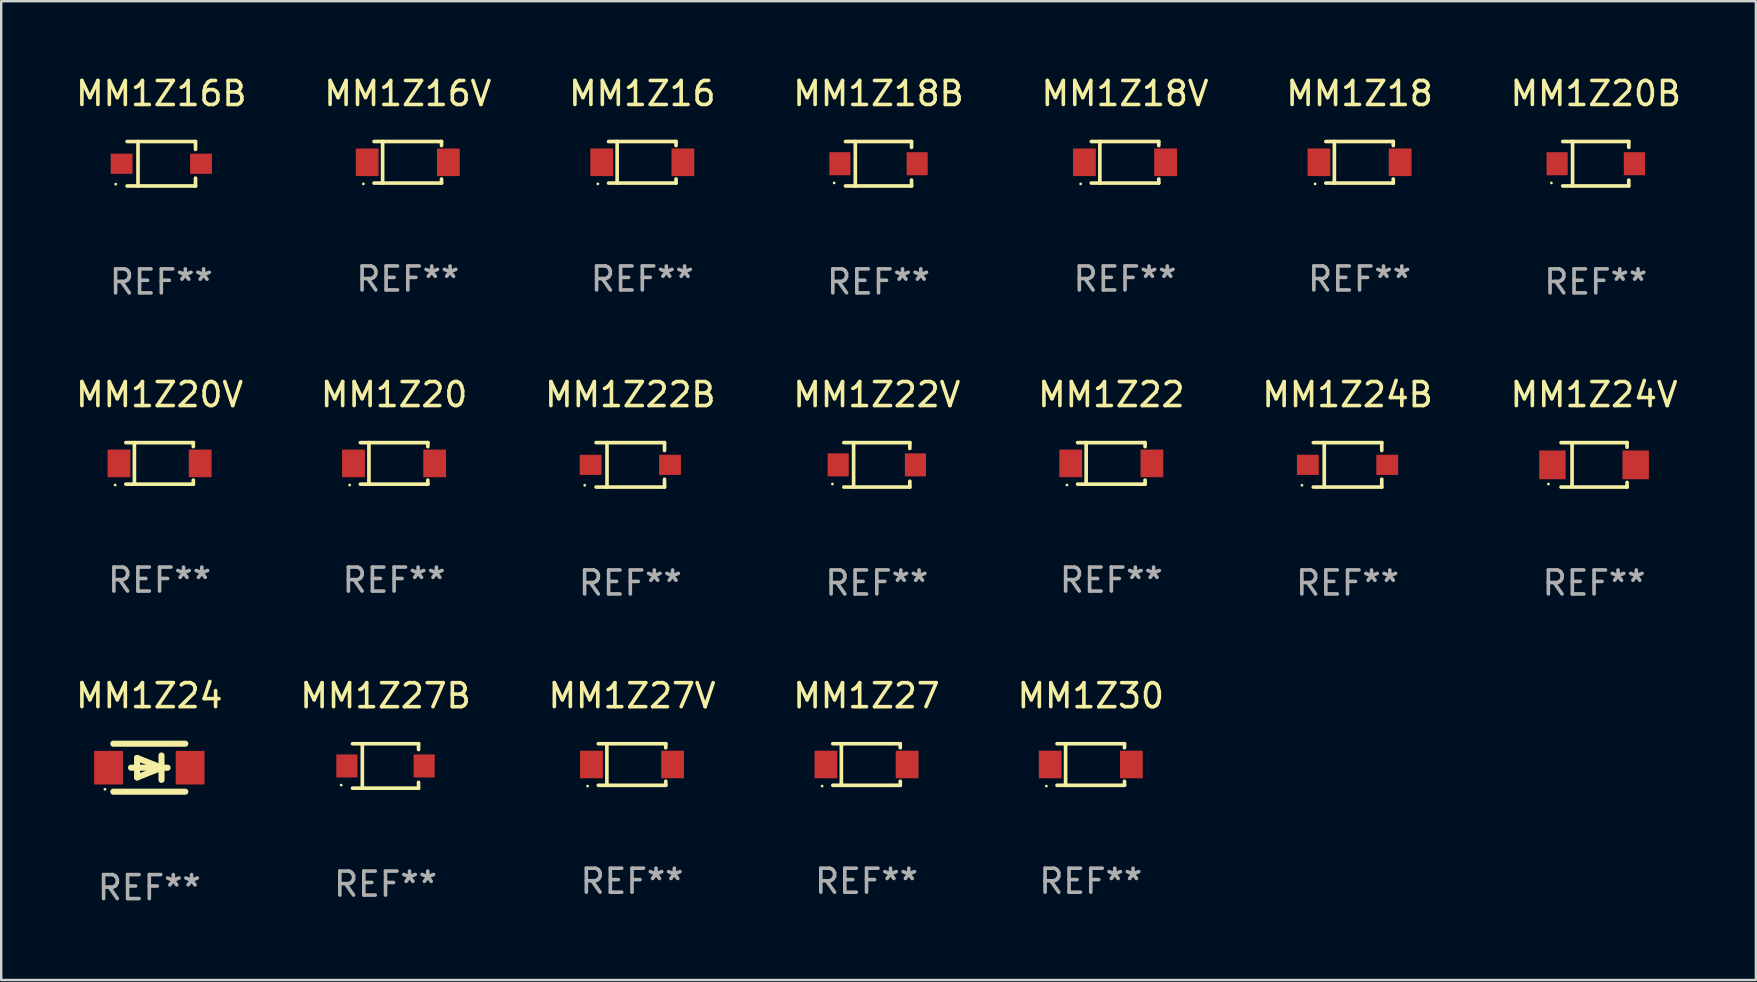
<source format=kicad_pcb>
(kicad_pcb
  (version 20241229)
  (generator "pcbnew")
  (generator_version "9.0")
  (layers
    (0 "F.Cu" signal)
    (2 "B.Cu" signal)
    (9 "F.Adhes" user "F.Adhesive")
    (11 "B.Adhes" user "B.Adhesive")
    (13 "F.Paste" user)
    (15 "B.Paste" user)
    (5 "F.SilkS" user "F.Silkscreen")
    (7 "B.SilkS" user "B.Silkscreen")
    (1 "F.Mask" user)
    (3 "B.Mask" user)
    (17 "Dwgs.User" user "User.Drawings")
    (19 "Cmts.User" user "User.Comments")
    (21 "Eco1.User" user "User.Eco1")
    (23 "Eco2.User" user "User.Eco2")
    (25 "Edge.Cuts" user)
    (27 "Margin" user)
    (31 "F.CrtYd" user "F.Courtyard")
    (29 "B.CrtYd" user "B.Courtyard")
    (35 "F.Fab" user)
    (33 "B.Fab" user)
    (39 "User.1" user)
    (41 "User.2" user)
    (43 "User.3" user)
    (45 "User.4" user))
  (footprint "MM1Z24B"
    (layer "F.Cu")
    (at 53.113 16.324)
    (property "Reference" "MM1Z24B" (at 0 -2.926 0) (layer "F.SilkS") (effects (font (size 1 1) (thickness 0.15))))
    (attr through_hole)
    (fp_line (start -1.426 0.926) (end 1.426 0.926) (stroke (width 0.152) (type solid)) (layer "F.SilkS"))
    (fp_line (start -1.426 -0.926) (end 1.426 -0.926) (stroke (width 0.152) (type solid)) (layer "F.SilkS"))
    (fp_line (start -0.971 0.926) (end -0.971 -0.926) (stroke (width 0.152) (type solid)) (layer "F.SilkS"))
    (fp_line (start 1.426 -0.926) (end 1.426 -0.6) (stroke (width 0.152) (type solid)) (layer "F.SilkS"))
    (fp_line (start 1.426 0.6) (end 1.426 0.926) (stroke (width 0.152) (type solid)) (layer "F.SilkS"))
    (fp_circle (center -1.9 0.85) (end -1.87 0.85) (stroke (width 0.06) (type solid)) (fill no) (layer "F.SilkS"))
    (fp_text user "REF**" (at 0 4.926 0) (layer "F.Fab") (effects (font (size 1 1) (thickness 0.15))))
    (pad "1" smd rect (at -1.655 -0.000064) (size 0.91 0.84) (layers "F.Cu" "F.Mask" "F.Paste"))
    (pad "2" smd rect (at 1.655 -0.000064) (size 0.91 0.84) (layers "F.Cu" "F.Mask" "F.Paste")))
  (footprint "MM1Z18B"
    (layer "F.Cu")
    (at 33.565 3.774)
    (property "Reference" "MM1Z18B" (at 0 -2.926 0) (layer "F.SilkS") (effects (font (size 1 1) (thickness 0.15))))
    (attr through_hole)
    (fp_line (start -1.376 -0.926) (end 1.376 -0.926) (stroke (width 0.152) (type solid)) (layer "F.SilkS"))
    (fp_line (start -1.376 0.926) (end 1.376 0.926) (stroke (width 0.152) (type solid)) (layer "F.SilkS"))
    (fp_line (start -0.967 -0.926) (end -0.967 0.926) (stroke (width 0.152) (type solid)) (layer "F.SilkS"))
    (fp_line (start 1.376 -0.926) (end 1.376 -0.683) (stroke (width 0.152) (type solid)) (layer "F.SilkS"))
    (fp_line (start 1.376 0.926) (end 1.376 0.683) (stroke (width 0.152) (type solid)) (layer "F.SilkS"))
    (fp_circle (center -1.85 0.8) (end -1.82 0.8) (stroke (width 0.06) (type solid)) (fill no) (layer "F.SilkS"))
    (fp_text user "REF**" (at 0 4.926 0) (layer "F.Fab") (effects (font (size 1 1) (thickness 0.15))))
    (pad "1" smd rect (at -1.61 0) (size 0.88 0.96) (layers "F.Cu" "F.Mask" "F.Paste"))
    (pad "2" smd rect (at 1.61 0) (size 0.88 0.96) (layers "F.Cu" "F.Mask" "F.Paste")))
  (footprint "MM1Z22"
    (layer "F.Cu")
    (at 43.268 16.263)
    (property "Reference" "MM1Z22" (at 0 -2.866 0) (layer "F.SilkS") (effects (font (size 1 1) (thickness 0.15))))
    (attr through_hole)
    (fp_line (start -1.406 -0.866) (end 1.406 -0.866) (stroke (width 0.152) (type solid)) (layer "F.SilkS"))
    (fp_line (start -1.406 0.866) (end 1.406 0.866) (stroke (width 0.152) (type solid)) (layer "F.SilkS"))
    (fp_line (start -1.049 -0.866) (end -1.049 0.866) (stroke (width 0.152) (type solid)) (layer "F.SilkS"))
    (fp_line (start 1.406 -0.866) (end 1.406 -0.698) (stroke (width 0.152) (type solid)) (layer "F.SilkS"))
    (fp_line (start 1.406 0.866) (end 1.406 0.698) (stroke (width 0.152) (type solid)) (layer "F.SilkS"))
    (fp_circle (center -1.851 0.9) (end -1.821 0.9) (stroke (width 0.06) (type solid)) (fill no) (layer "F.SilkS"))
    (fp_text user "REF**" (at 0 4.866 0) (layer "F.Fab") (effects (font (size 1 1) (thickness 0.15))))
    (pad "1" smd rect (at -1.692 0) (size 0.95 1.15) (layers "F.Cu" "F.Mask" "F.Paste"))
    (pad "2" smd rect (at 1.692 0) (size 0.95 1.15) (layers "F.Cu" "F.Mask" "F.Paste")))
  (footprint "MM1Z16"
    (layer "F.Cu")
    (at 23.72 3.714)
    (property "Reference" "MM1Z16" (at 0 -2.866 0) (layer "F.SilkS") (effects (font (size 1 1) (thickness 0.15))))
    (attr through_hole)
    (fp_line (start -1.406 -0.866) (end 1.406 -0.866) (stroke (width 0.152) (type solid)) (layer "F.SilkS"))
    (fp_line (start -1.406 0.866) (end 1.406 0.866) (stroke (width 0.152) (type solid)) (layer "F.SilkS"))
    (fp_line (start -1.049 -0.866) (end -1.049 0.866) (stroke (width 0.152) (type solid)) (layer "F.SilkS"))
    (fp_line (start 1.406 -0.866) (end 1.406 -0.698) (stroke (width 0.152) (type solid)) (layer "F.SilkS"))
    (fp_line (start 1.406 0.866) (end 1.406 0.698) (stroke (width 0.152) (type solid)) (layer "F.SilkS"))
    (fp_circle (center -1.851 0.9) (end -1.821 0.9) (stroke (width 0.06) (type solid)) (fill no) (layer "F.SilkS"))
    (fp_text user "REF**" (at 0 4.866 0) (layer "F.Fab") (effects (font (size 1 1) (thickness 0.15))))
    (pad "1" smd rect (at -1.692 0) (size 0.95 1.15) (layers "F.Cu" "F.Mask" "F.Paste"))
    (pad "2" smd rect (at 1.692 0) (size 0.95 1.15) (layers "F.Cu" "F.Mask" "F.Paste")))
  (footprint "MM1Z16B"
    (layer "F.Cu")
    (at 3.673 3.775)
    (property "Reference" "MM1Z16B" (at 0 -2.926 0) (layer "F.SilkS") (effects (font (size 1 1) (thickness 0.15))))
    (attr through_hole)
    (fp_line (start -1.426 0.926) (end 1.426 0.926) (stroke (width 0.152) (type solid)) (layer "F.SilkS"))
    (fp_line (start -1.426 -0.926) (end 1.426 -0.926) (stroke (width 0.152) (type solid)) (layer "F.SilkS"))
    (fp_line (start -0.971 0.926) (end -0.971 -0.926) (stroke (width 0.152) (type solid)) (layer "F.SilkS"))
    (fp_line (start 1.426 -0.926) (end 1.426 -0.6) (stroke (width 0.152) (type solid)) (layer "F.SilkS"))
    (fp_line (start 1.426 0.6) (end 1.426 0.926) (stroke (width 0.152) (type solid)) (layer "F.SilkS"))
    (fp_circle (center -1.9 0.85) (end -1.87 0.85) (stroke (width 0.06) (type solid)) (fill no) (layer "F.SilkS"))
    (fp_text user "REF**" (at 0 4.926 0) (layer "F.Fab") (effects (font (size 1 1) (thickness 0.15))))
    (pad "1" smd rect (at -1.655 -0.000064) (size 0.91 0.84) (layers "F.Cu" "F.Mask" "F.Paste"))
    (pad "2" smd rect (at 1.655 -0.000064) (size 0.91 0.84) (layers "F.Cu" "F.Mask" "F.Paste")))
  (footprint "MM1Z20B"
    (layer "F.Cu")
    (at 63.458 3.774)
    (property "Reference" "MM1Z20B" (at 0 -2.926 0) (layer "F.SilkS") (effects (font (size 1 1) (thickness 0.15))))
    (attr through_hole)
    (fp_line (start -1.376 -0.926) (end 1.376 -0.926) (stroke (width 0.152) (type solid)) (layer "F.SilkS"))
    (fp_line (start -1.376 0.926) (end 1.376 0.926) (stroke (width 0.152) (type solid)) (layer "F.SilkS"))
    (fp_line (start -0.967 -0.926) (end -0.967 0.926) (stroke (width 0.152) (type solid)) (layer "F.SilkS"))
    (fp_line (start 1.376 -0.926) (end 1.376 -0.683) (stroke (width 0.152) (type solid)) (layer "F.SilkS"))
    (fp_line (start 1.376 0.926) (end 1.376 0.683) (stroke (width 0.152) (type solid)) (layer "F.SilkS"))
    (fp_circle (center -1.85 0.8) (end -1.82 0.8) (stroke (width 0.06) (type solid)) (fill no) (layer "F.SilkS"))
    (fp_text user "REF**" (at 0 4.926 0) (layer "F.Fab") (effects (font (size 1 1) (thickness 0.15))))
    (pad "1" smd rect (at -1.61 0) (size 0.88 0.96) (layers "F.Cu" "F.Mask" "F.Paste"))
    (pad "2" smd rect (at 1.61 0) (size 0.88 0.96) (layers "F.Cu" "F.Mask" "F.Paste")))
  (footprint "MM1Z30"
    (layer "F.Cu")
    (at 42.411 28.813)
    (property "Reference" "MM1Z30" (at 0 -2.866 0) (layer "F.SilkS") (effects (font (size 1 1) (thickness 0.15))))
    (attr through_hole)
    (fp_line (start -1.406 -0.866) (end 1.406 -0.866) (stroke (width 0.152) (type solid)) (layer "F.SilkS"))
    (fp_line (start -1.406 0.866) (end 1.406 0.866) (stroke (width 0.152) (type solid)) (layer "F.SilkS"))
    (fp_line (start -1.049 -0.866) (end -1.049 0.866) (stroke (width 0.152) (type solid)) (layer "F.SilkS"))
    (fp_line (start 1.406 -0.866) (end 1.406 -0.698) (stroke (width 0.152) (type solid)) (layer "F.SilkS"))
    (fp_line (start 1.406 0.866) (end 1.406 0.698) (stroke (width 0.152) (type solid)) (layer "F.SilkS"))
    (fp_circle (center -1.851 0.9) (end -1.821 0.9) (stroke (width 0.06) (type solid)) (fill no) (layer "F.SilkS"))
    (fp_text user "REF**" (at 0 4.866 0) (layer "F.Fab") (effects (font (size 1 1) (thickness 0.15))))
    (pad "1" smd rect (at -1.692 0) (size 0.95 1.15) (layers "F.Cu" "F.Mask" "F.Paste"))
    (pad "2" smd rect (at 1.692 0) (size 0.95 1.15) (layers "F.Cu" "F.Mask" "F.Paste")))
  (footprint "MM1Z18V"
    (layer "F.Cu")
    (at 43.839 3.714)
    (property "Reference" "MM1Z18V" (at 0 -2.866 0) (layer "F.SilkS") (effects (font (size 1 1) (thickness 0.15))))
    (attr through_hole)
    (fp_line (start -1.406 -0.866) (end 1.406 -0.866) (stroke (width 0.152) (type solid)) (layer "F.SilkS"))
    (fp_line (start -1.406 0.866) (end 1.406 0.866) (stroke (width 0.152) (type solid)) (layer "F.SilkS"))
    (fp_line (start -1.049 -0.866) (end -1.049 0.866) (stroke (width 0.152) (type solid)) (layer "F.SilkS"))
    (fp_line (start 1.406 -0.866) (end 1.406 -0.698) (stroke (width 0.152) (type solid)) (layer "F.SilkS"))
    (fp_line (start 1.406 0.866) (end 1.406 0.698) (stroke (width 0.152) (type solid)) (layer "F.SilkS"))
    (fp_circle (center -1.851 0.9) (end -1.821 0.9) (stroke (width 0.06) (type solid)) (fill no) (layer "F.SilkS"))
    (fp_text user "REF**" (at 0 4.866 0) (layer "F.Fab") (effects (font (size 1 1) (thickness 0.15))))
    (pad "1" smd rect (at -1.692 0) (size 0.95 1.15) (layers "F.Cu" "F.Mask" "F.Paste"))
    (pad "2" smd rect (at 1.692 0) (size 0.95 1.15) (layers "F.Cu" "F.Mask" "F.Paste")))
  (footprint "MM1Z16V"
    (layer "F.Cu")
    (at 13.946 3.714)
    (property "Reference" "MM1Z16V" (at 0 -2.866 0) (layer "F.SilkS") (effects (font (size 1 1) (thickness 0.15))))
    (attr through_hole)
    (fp_line (start -1.406 -0.866) (end 1.406 -0.866) (stroke (width 0.152) (type solid)) (layer "F.SilkS"))
    (fp_line (start -1.406 0.866) (end 1.406 0.866) (stroke (width 0.152) (type solid)) (layer "F.SilkS"))
    (fp_line (start -1.049 -0.866) (end -1.049 0.866) (stroke (width 0.152) (type solid)) (layer "F.SilkS"))
    (fp_line (start 1.406 -0.866) (end 1.406 -0.698) (stroke (width 0.152) (type solid)) (layer "F.SilkS"))
    (fp_line (start 1.406 0.866) (end 1.406 0.698) (stroke (width 0.152) (type solid)) (layer "F.SilkS"))
    (fp_circle (center -1.851 0.9) (end -1.821 0.9) (stroke (width 0.06) (type solid)) (fill no) (layer "F.SilkS"))
    (fp_text user "REF**" (at 0 4.866 0) (layer "F.Fab") (effects (font (size 1 1) (thickness 0.15))))
    (pad "1" smd rect (at -1.692 0) (size 0.95 1.15) (layers "F.Cu" "F.Mask" "F.Paste"))
    (pad "2" smd rect (at 1.692 0) (size 0.95 1.15) (layers "F.Cu" "F.Mask" "F.Paste")))
  (footprint "MM1Z20"
    (layer "F.Cu")
    (at 13.375 16.263)
    (property "Reference" "MM1Z20" (at 0 -2.866 0) (layer "F.SilkS") (effects (font (size 1 1) (thickness 0.15))))
    (attr through_hole)
    (fp_line (start -1.406 -0.866) (end 1.406 -0.866) (stroke (width 0.152) (type solid)) (layer "F.SilkS"))
    (fp_line (start -1.406 0.866) (end 1.406 0.866) (stroke (width 0.152) (type solid)) (layer "F.SilkS"))
    (fp_line (start -1.049 -0.866) (end -1.049 0.866) (stroke (width 0.152) (type solid)) (layer "F.SilkS"))
    (fp_line (start 1.406 -0.866) (end 1.406 -0.698) (stroke (width 0.152) (type solid)) (layer "F.SilkS"))
    (fp_line (start 1.406 0.866) (end 1.406 0.698) (stroke (width 0.152) (type solid)) (layer "F.SilkS"))
    (fp_circle (center -1.851 0.9) (end -1.821 0.9) (stroke (width 0.06) (type solid)) (fill no) (layer "F.SilkS"))
    (fp_text user "REF**" (at 0 4.866 0) (layer "F.Fab") (effects (font (size 1 1) (thickness 0.15))))
    (pad "1" smd rect (at -1.692 0) (size 0.95 1.15) (layers "F.Cu" "F.Mask" "F.Paste"))
    (pad "2" smd rect (at 1.692 0) (size 0.95 1.15) (layers "F.Cu" "F.Mask" "F.Paste")))
  (footprint "MM1Z27V"
    (layer "F.Cu")
    (at 23.292 28.813)
    (property "Reference" "MM1Z27V" (at 0 -2.866 0) (layer "F.SilkS") (effects (font (size 1 1) (thickness 0.15))))
    (attr through_hole)
    (fp_line (start -1.406 -0.866) (end 1.406 -0.866) (stroke (width 0.152) (type solid)) (layer "F.SilkS"))
    (fp_line (start -1.406 0.866) (end 1.406 0.866) (stroke (width 0.152) (type solid)) (layer "F.SilkS"))
    (fp_line (start -1.049 -0.866) (end -1.049 0.866) (stroke (width 0.152) (type solid)) (layer "F.SilkS"))
    (fp_line (start 1.406 -0.866) (end 1.406 -0.698) (stroke (width 0.152) (type solid)) (layer "F.SilkS"))
    (fp_line (start 1.406 0.866) (end 1.406 0.698) (stroke (width 0.152) (type solid)) (layer "F.SilkS"))
    (fp_circle (center -1.851 0.9) (end -1.821 0.9) (stroke (width 0.06) (type solid)) (fill no) (layer "F.SilkS"))
    (fp_text user "REF**" (at 0 4.866 0) (layer "F.Fab") (effects (font (size 1 1) (thickness 0.15))))
    (pad "1" smd rect (at -1.692 0) (size 0.95 1.15) (layers "F.Cu" "F.Mask" "F.Paste"))
    (pad "2" smd rect (at 1.692 0) (size 0.95 1.15) (layers "F.Cu" "F.Mask" "F.Paste")))
  (footprint "MM1Z27"
    (layer "F.Cu")
    (at 33.065 28.813)
    (property "Reference" "MM1Z27" (at 0 -2.866 0) (layer "F.SilkS") (effects (font (size 1 1) (thickness 0.15))))
    (attr through_hole)
    (fp_line (start -1.406 -0.866) (end 1.406 -0.866) (stroke (width 0.152) (type solid)) (layer "F.SilkS"))
    (fp_line (start -1.406 0.866) (end 1.406 0.866) (stroke (width 0.152) (type solid)) (layer "F.SilkS"))
    (fp_line (start -1.049 -0.866) (end -1.049 0.866) (stroke (width 0.152) (type solid)) (layer "F.SilkS"))
    (fp_line (start 1.406 -0.866) (end 1.406 -0.698) (stroke (width 0.152) (type solid)) (layer "F.SilkS"))
    (fp_line (start 1.406 0.866) (end 1.406 0.698) (stroke (width 0.152) (type solid)) (layer "F.SilkS"))
    (fp_circle (center -1.851 0.9) (end -1.821 0.9) (stroke (width 0.06) (type solid)) (fill no) (layer "F.SilkS"))
    (fp_text user "REF**" (at 0 4.866 0) (layer "F.Fab") (effects (font (size 1 1) (thickness 0.15))))
    (pad "1" smd rect (at -1.692 0) (size 0.95 1.15) (layers "F.Cu" "F.Mask" "F.Paste"))
    (pad "2" smd rect (at 1.692 0) (size 0.95 1.15) (layers "F.Cu" "F.Mask" "F.Paste")))
  (footprint "MM1Z24"
    (layer "F.Cu")
    (at 3.173 28.946)
    (property "Reference" "MM1Z24" (at 0 -3 0) (layer "F.SilkS") (effects (font (size 1 1) (thickness 0.15))))
    (attr through_hole)
    (fp_line (start -1.5 -1) (end 1.5 -1) (stroke (width 0.254) (type solid)) (layer "F.SilkS"))
    (fp_line (start -1.5 1) (end 1.5 1) (stroke (width 0.254) (type solid)) (layer "F.SilkS"))
    (fp_line (start -0.508 -0.406) (end 0.508 0) (stroke (width 0.254) (type solid)) (layer "F.SilkS"))
    (fp_line (start -0.508 0.406) (end -0.508 -0.406) (stroke (width 0.254) (type solid)) (layer "F.SilkS"))
    (fp_line (start 0.508 0) (end -0.508 0.406) (stroke (width 0.254) (type solid)) (layer "F.SilkS"))
    (fp_line (start 0.508 0.508) (end 0.508 -0.508) (stroke (width 0.254) (type solid)) (layer "F.SilkS"))
    (fp_line (start 0.762 0) (end -0.762 0) (stroke (width 0.254) (type solid)) (layer "F.SilkS"))
    (fp_circle (center -1.85 0.9) (end -1.82 0.9) (stroke (width 0.06) (type solid)) (fill no) (layer "F.SilkS"))
    (fp_text user "REF**" (at 0 5 0) (layer "F.Fab") (effects (font (size 1 1) (thickness 0.15))))
    (pad "1" smd rect (at -1.7 0) (size 1.2 1.4) (layers "F.Cu" "F.Mask" "F.Paste"))
    (pad "2" smd rect (at 1.7 0) (size 1.2 1.4) (layers "F.Cu" "F.Mask" "F.Paste")))
  (footprint "MM1Z20V"
    (layer "F.Cu")
    (at 3.601 16.263)
    (property "Reference" "MM1Z20V" (at 0 -2.866 0) (layer "F.SilkS") (effects (font (size 1 1) (thickness 0.15))))
    (attr through_hole)
    (fp_line (start -1.406 -0.866) (end 1.406 -0.866) (stroke (width 0.152) (type solid)) (layer "F.SilkS"))
    (fp_line (start -1.406 0.866) (end 1.406 0.866) (stroke (width 0.152) (type solid)) (layer "F.SilkS"))
    (fp_line (start -1.049 -0.866) (end -1.049 0.866) (stroke (width 0.152) (type solid)) (layer "F.SilkS"))
    (fp_line (start 1.406 -0.866) (end 1.406 -0.698) (stroke (width 0.152) (type solid)) (layer "F.SilkS"))
    (fp_line (start 1.406 0.866) (end 1.406 0.698) (stroke (width 0.152) (type solid)) (layer "F.SilkS"))
    (fp_circle (center -1.851 0.9) (end -1.821 0.9) (stroke (width 0.06) (type solid)) (fill no) (layer "F.SilkS"))
    (fp_text user "REF**" (at 0 4.866 0) (layer "F.Fab") (effects (font (size 1 1) (thickness 0.15))))
    (pad "1" smd rect (at -1.692 0) (size 0.95 1.15) (layers "F.Cu" "F.Mask" "F.Paste"))
    (pad "2" smd rect (at 1.692 0) (size 0.95 1.15) (layers "F.Cu" "F.Mask" "F.Paste")))
  (footprint "MM1Z22V"
    (layer "F.Cu")
    (at 33.494 16.324)
    (property "Reference" "MM1Z22V" (at 0 -2.926 0) (layer "F.SilkS") (effects (font (size 1 1) (thickness 0.15))))
    (attr through_hole)
    (fp_line (start -1.376 -0.926) (end 1.376 -0.926) (stroke (width 0.152) (type solid)) (layer "F.SilkS"))
    (fp_line (start -1.376 0.926) (end 1.376 0.926) (stroke (width 0.152) (type solid)) (layer "F.SilkS"))
    (fp_line (start -0.967 -0.926) (end -0.967 0.926) (stroke (width 0.152) (type solid)) (layer "F.SilkS"))
    (fp_line (start 1.376 -0.926) (end 1.376 -0.683) (stroke (width 0.152) (type solid)) (layer "F.SilkS"))
    (fp_line (start 1.376 0.926) (end 1.376 0.683) (stroke (width 0.152) (type solid)) (layer "F.SilkS"))
    (fp_circle (center -1.85 0.8) (end -1.82 0.8) (stroke (width 0.06) (type solid)) (fill no) (layer "F.SilkS"))
    (fp_text user "REF**" (at 0 4.926 0) (layer "F.Fab") (effects (font (size 1 1) (thickness 0.15))))
    (pad "1" smd rect (at -1.61 0) (size 0.88 0.96) (layers "F.Cu" "F.Mask" "F.Paste"))
    (pad "2" smd rect (at 1.61 0) (size 0.88 0.96) (layers "F.Cu" "F.Mask" "F.Paste")))
  (footprint "MM1Z22B"
    (layer "F.Cu")
    (at 23.22 16.324)
    (property "Reference" "MM1Z22B" (at 0 -2.926 0) (layer "F.SilkS") (effects (font (size 1 1) (thickness 0.15))))
    (attr through_hole)
    (fp_line (start -1.426 0.926) (end 1.426 0.926) (stroke (width 0.152) (type solid)) (layer "F.SilkS"))
    (fp_line (start -1.426 -0.926) (end 1.426 -0.926) (stroke (width 0.152) (type solid)) (layer "F.SilkS"))
    (fp_line (start -0.971 0.926) (end -0.971 -0.926) (stroke (width 0.152) (type solid)) (layer "F.SilkS"))
    (fp_line (start 1.426 -0.926) (end 1.426 -0.6) (stroke (width 0.152) (type solid)) (layer "F.SilkS"))
    (fp_line (start 1.426 0.6) (end 1.426 0.926) (stroke (width 0.152) (type solid)) (layer "F.SilkS"))
    (fp_circle (center -1.9 0.85) (end -1.87 0.85) (stroke (width 0.06) (type solid)) (fill no) (layer "F.SilkS"))
    (fp_text user "REF**" (at 0 4.926 0) (layer "F.Fab") (effects (font (size 1 1) (thickness 0.15))))
    (pad "1" smd rect (at -1.655 -0.000064) (size 0.91 0.84) (layers "F.Cu" "F.Mask" "F.Paste"))
    (pad "2" smd rect (at 1.655 -0.000064) (size 0.91 0.84) (layers "F.Cu" "F.Mask" "F.Paste")))
  (footprint "MM1Z18"
    (layer "F.Cu")
    (at 53.613 3.714)
    (property "Reference" "MM1Z18" (at 0 -2.866 0) (layer "F.SilkS") (effects (font (size 1 1) (thickness 0.15))))
    (attr through_hole)
    (fp_line (start -1.406 -0.866) (end 1.406 -0.866) (stroke (width 0.152) (type solid)) (layer "F.SilkS"))
    (fp_line (start -1.406 0.866) (end 1.406 0.866) (stroke (width 0.152) (type solid)) (layer "F.SilkS"))
    (fp_line (start -1.049 -0.866) (end -1.049 0.866) (stroke (width 0.152) (type solid)) (layer "F.SilkS"))
    (fp_line (start 1.406 -0.866) (end 1.406 -0.698) (stroke (width 0.152) (type solid)) (layer "F.SilkS"))
    (fp_line (start 1.406 0.866) (end 1.406 0.698) (stroke (width 0.152) (type solid)) (layer "F.SilkS"))
    (fp_circle (center -1.851 0.9) (end -1.821 0.9) (stroke (width 0.06) (type solid)) (fill no) (layer "F.SilkS"))
    (fp_text user "REF**" (at 0 4.866 0) (layer "F.Fab") (effects (font (size 1 1) (thickness 0.15))))
    (pad "1" smd rect (at -1.692 0) (size 0.95 1.15) (layers "F.Cu" "F.Mask" "F.Paste"))
    (pad "2" smd rect (at 1.692 0) (size 0.95 1.15) (layers "F.Cu" "F.Mask" "F.Paste")))
  (footprint "MM1Z24V"
    (layer "F.Cu")
    (at 63.387 16.324)
    (property "Reference" "MM1Z24V" (at 0 -2.926 0) (layer "F.SilkS") (effects (font (size 1 1) (thickness 0.15))))
    (attr through_hole)
    (fp_line (start -1.376 -0.926) (end 1.376 -0.926) (stroke (width 0.152) (type solid)) (layer "F.SilkS"))
    (fp_line (start -1.376 0.926) (end 1.376 0.926) (stroke (width 0.152) (type solid)) (layer "F.SilkS"))
    (fp_line (start -0.917 -0.876) (end -0.917 0.876) (stroke (width 0.152) (type solid)) (layer "F.SilkS"))
    (fp_line (start 1.376 -0.926) (end 1.376 -0.733) (stroke (width 0.152) (type solid)) (layer "F.SilkS"))
    (fp_line (start 1.376 0.926) (end 1.376 0.733) (stroke (width 0.152) (type solid)) (layer "F.SilkS"))
    (fp_circle (center -1.9 0.8) (end -1.87 0.8) (stroke (width 0.06) (type solid)) (fill no) (layer "F.SilkS"))
    (fp_text user "REF**" (at 0 4.926 0) (layer "F.Fab") (effects (font (size 1 1) (thickness 0.15))))
    (pad "1" smd rect (at -1.735 -0.000025) (size 1.1 1.2) (layers "F.Cu" "F.Mask" "F.Paste"))
    (pad "2" smd rect (at 1.735 -0.000025) (size 1.1 1.2) (layers "F.Cu" "F.Mask" "F.Paste")))
  (footprint "MM1Z27B"
    (layer "F.Cu")
    (at 13.018 28.873)
    (property "Reference" "MM1Z27B" (at 0 -2.926 0) (layer "F.SilkS") (effects (font (size 1 1) (thickness 0.15))))
    (attr through_hole)
    (fp_line (start -1.376 -0.926) (end 1.376 -0.926) (stroke (width 0.152) (type solid)) (layer "F.SilkS"))
    (fp_line (start -1.376 0.926) (end 1.376 0.926) (stroke (width 0.152) (type solid)) (layer "F.SilkS"))
    (fp_line (start -0.967 -0.926) (end -0.967 0.926) (stroke (width 0.152) (type solid)) (layer "F.SilkS"))
    (fp_line (start 1.376 -0.926) (end 1.376 -0.683) (stroke (width 0.152) (type solid)) (layer "F.SilkS"))
    (fp_line (start 1.376 0.926) (end 1.376 0.683) (stroke (width 0.152) (type solid)) (layer "F.SilkS"))
    (fp_circle (center -1.85 0.8) (end -1.82 0.8) (stroke (width 0.06) (type solid)) (fill no) (layer "F.SilkS"))
    (fp_text user "REF**" (at 0 4.926 0) (layer "F.Fab") (effects (font (size 1 1) (thickness 0.15))))
    (pad "1" smd rect (at -1.61 0) (size 0.88 0.96) (layers "F.Cu" "F.Mask" "F.Paste"))
    (pad "2" smd rect (at 1.61 0) (size 0.88 0.96) (layers "F.Cu" "F.Mask" "F.Paste")))
  (gr_rect
    (start -3 -3)
    (end 70.131 37.795)
    (stroke (width 0.1) (type default))
    (fill no)
    (layer "Edge.Cuts")))
</source>
